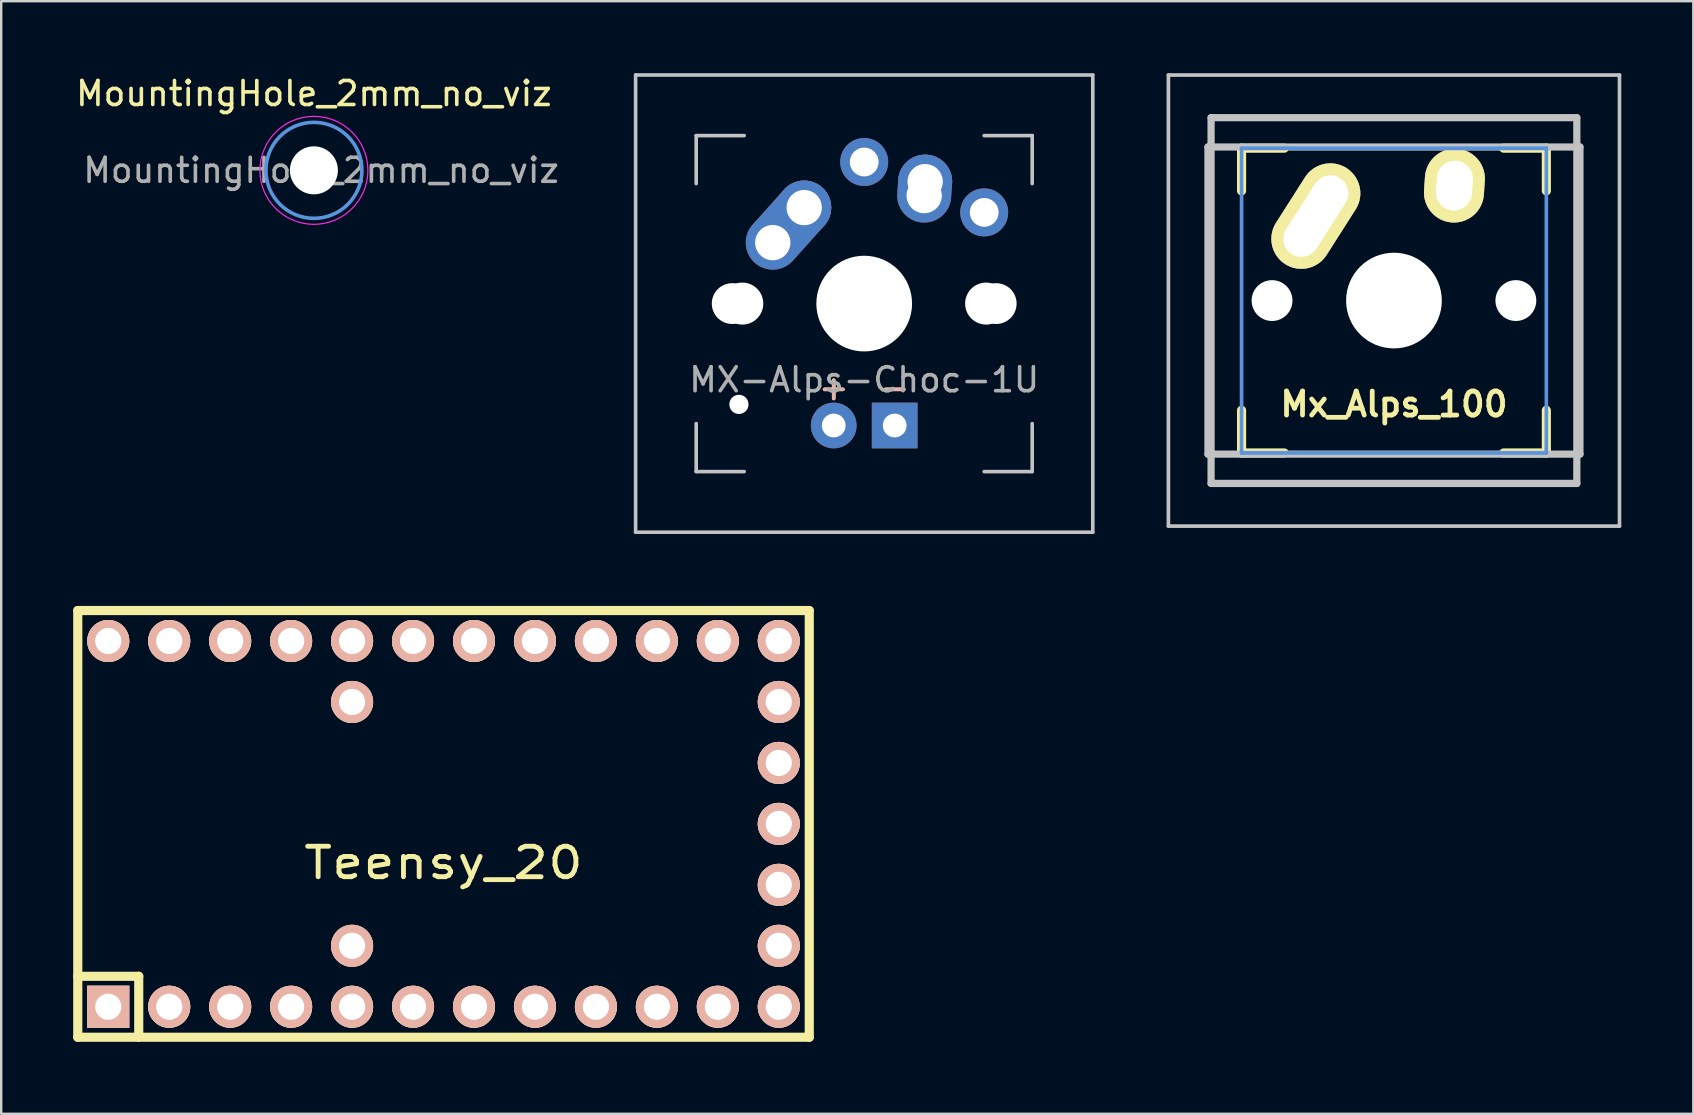
<source format=kicad_pcb>
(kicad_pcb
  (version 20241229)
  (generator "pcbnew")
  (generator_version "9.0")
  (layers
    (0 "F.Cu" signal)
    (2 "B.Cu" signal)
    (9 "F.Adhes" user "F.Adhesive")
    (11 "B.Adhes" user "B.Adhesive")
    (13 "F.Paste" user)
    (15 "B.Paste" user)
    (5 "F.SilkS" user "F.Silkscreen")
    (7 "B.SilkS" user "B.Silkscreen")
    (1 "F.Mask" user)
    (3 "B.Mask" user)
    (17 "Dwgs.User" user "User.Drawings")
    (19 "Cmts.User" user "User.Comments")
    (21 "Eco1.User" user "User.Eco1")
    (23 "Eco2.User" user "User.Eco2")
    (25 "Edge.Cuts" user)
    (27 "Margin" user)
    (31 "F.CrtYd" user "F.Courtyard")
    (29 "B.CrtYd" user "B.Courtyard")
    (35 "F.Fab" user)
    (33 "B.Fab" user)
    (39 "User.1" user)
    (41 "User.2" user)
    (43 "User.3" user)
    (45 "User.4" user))
  (footprint "MountingHole_2mm_no_viz"
    (layer "F.Cu")
    (at 10.03 4.048)
    (property "Reference" "MountingHole_2mm_no_viz" (at 0 -3.2 0) (layer "F.SilkS") (effects (font (size 1 1) (thickness 0.15))))
    (attr exclude_from_pos_files exclude_from_bom)
    (fp_circle (center 0 0) (end 2 0) (stroke (width 0.15) (type solid)) (fill no) (layer "Cmts.User"))
    (fp_circle (center 0 0) (end 2.25 0) (stroke (width 0.05) (type solid)) (fill no) (layer "F.CrtYd"))
    (fp_text user "${REFERENCE}" (at 0.3 0 0) (layer "F.Fab") (effects (font (size 1 1) (thickness 0.15))))
    (pad "" np_thru_hole circle (at 0 0) (size 2 2) (drill 2) (layers "*.Cu" "*.Mask")))
  (footprint "MX-Alps-Choc-1U"
    (layer "F.Cu")
    (at 32.96 9.6)
    (property "Reference" "MX-Alps-Choc-1U" (at 0 3.175 0) (layer "F.Fab") (effects (font (size 1 1) (thickness 0.15))))
    (attr through_hole)
    (fp_line (start -9.525 -9.525) (end 9.525 -9.525) (stroke (width 0.15) (type solid)) (layer "Dwgs.User"))
    (fp_line (start -9.525 9.525) (end -9.525 -9.525) (stroke (width 0.15) (type solid)) (layer "Dwgs.User"))
    (fp_line (start -7 -7) (end -7 -5) (stroke (width 0.15) (type solid)) (layer "Dwgs.User"))
    (fp_line (start -7 5) (end -7 7) (stroke (width 0.15) (type solid)) (layer "Dwgs.User"))
    (fp_line (start -7 7) (end -5 7) (stroke (width 0.15) (type solid)) (layer "Dwgs.User"))
    (fp_line (start -5 -7) (end -7 -7) (stroke (width 0.15) (type solid)) (layer "Dwgs.User"))
    (fp_line (start 5 -7) (end 7 -7) (stroke (width 0.15) (type solid)) (layer "Dwgs.User"))
    (fp_line (start 5 7) (end 7 7) (stroke (width 0.15) (type solid)) (layer "Dwgs.User"))
    (fp_line (start 7 -7) (end 7 -5) (stroke (width 0.15) (type solid)) (layer "Dwgs.User"))
    (fp_line (start 7 7) (end 7 5) (stroke (width 0.15) (type solid)) (layer "Dwgs.User"))
    (fp_line (start 9.525 -9.525) (end 9.525 9.525) (stroke (width 0.15) (type solid)) (layer "Dwgs.User"))
    (fp_line (start 9.525 9.525) (end -9.525 9.525) (stroke (width 0.15) (type solid)) (layer "Dwgs.User"))
    (fp_text user "+" (at -1.27 3.5 0) (layer "F.SilkS") (effects (font (size 1 1) (thickness 0.15))))
    (fp_text user "-" (at 1.27 3.5 0) (layer "F.SilkS") (effects (font (size 1 1) (thickness 0.15))))
    (fp_text user "-" (at 1.27 3.5 0) (layer "B.SilkS") (effects (font (size 1 1) (thickness 0.15))))
    (fp_text user "+" (at -1.27 3.5 0) (layer "B.SilkS") (effects (font (size 1 1) (thickness 0.15))))
    (pad "" np_thru_hole circle (at -5.5 0 48.1) (size 1.7 1.7) (drill 1.7) (layers "*.Cu" "*.Mask"))
    (pad "" np_thru_hole circle (at -5.22 4.2 48.1) (size 0.8 0.8) (drill 0.8) (layers "*.Cu" "*.Mask"))
    (pad "" np_thru_hole circle (at -5.08 0 48.1) (size 1.75 1.75) (drill 1.75) (layers "*.Cu" "*.Mask"))
    (pad "" np_thru_hole circle (at 0 0) (size 3.988 3.988) (drill 3.988) (layers "*.Cu" "*.Mask"))
    (pad "" np_thru_hole circle (at 5.08 0 48.1) (size 1.75 1.75) (drill 1.75) (layers "*.Cu" "*.Mask"))
    (pad "" np_thru_hole circle (at 5.5 0 48.1) (size 1.7 1.7) (drill 1.7) (layers "*.Cu" "*.Mask"))
    (pad "1" thru_hole oval (at -3.81 -2.54 48.1) (size 4.212 2.25) (drill 1.47 (offset 0.981 0)) (layers "*.Cu" "*.Mask"))
    (pad "1" thru_hole circle (at -2.5 -4) (size 2.25 2.25) (drill 1.47) (layers "*.Cu" "*.Mask"))
    (pad "1" thru_hole circle (at 0 -5.9) (size 2 2) (drill 1.2) (layers "*.Cu" "*.Mask"))
    (pad "2" thru_hole oval (at 2.5 -4.5 86.1) (size 2.831 2.25) (drill 1.47 (offset 0.291 0)) (layers "*.Cu" "*.Mask"))
    (pad "2" thru_hole circle (at 2.54 -5.08) (size 2.25 2.25) (drill 1.47) (layers "*.Cu" "*.Mask"))
    (pad "2" thru_hole circle (at 5 -3.8) (size 2 2) (drill 1.2) (layers "*.Cu" "*.Mask"))
    (pad "3" thru_hole circle (at -1.27 5.08) (size 1.905 1.905) (drill 0.991) (layers "*.Cu" "*.Mask"))
    (pad "4" thru_hole rect (at 1.27 5.08) (size 1.905 1.905) (drill 0.991) (layers "*.Cu" "*.Mask")))
  (footprint "Teensy_20"
    (layer "F.Cu")
    (at 15.431 31.28)
    (property "Reference" "Teensy_20" (at 0 1.625 0) (layer "F.SilkS") (effects (font (size 1.27 1.524) (thickness 0.203))))
    (attr through_hole)
    (fp_line (start -15.24 -8.89) (end -15.24 8.89) (stroke (width 0.381) (type solid)) (layer "F.SilkS"))
    (fp_line (start -15.24 6.35) (end -12.7 6.35) (stroke (width 0.381) (type solid)) (layer "F.SilkS"))
    (fp_line (start -15.24 8.89) (end 15.24 8.89) (stroke (width 0.381) (type solid)) (layer "F.SilkS"))
    (fp_line (start -12.7 6.35) (end -12.7 8.89) (stroke (width 0.381) (type solid)) (layer "F.SilkS"))
    (fp_line (start 15.24 -8.89) (end -15.24 -8.89) (stroke (width 0.381) (type solid)) (layer "F.SilkS"))
    (fp_line (start 15.24 8.89) (end 15.24 -8.89) (stroke (width 0.381) (type solid)) (layer "F.SilkS"))
    (pad "1" thru_hole rect (at -13.97 7.62) (size 1.753 1.753) (drill 1.092) (layers "*.Cu" "*.SilkS" "*.Mask"))
    (pad "2" thru_hole circle (at -11.43 7.62) (size 1.753 1.753) (drill 1.092) (layers "*.Cu" "*.SilkS" "*.Mask"))
    (pad "3" thru_hole circle (at -8.89 7.62) (size 1.753 1.753) (drill 1.092) (layers "*.Cu" "*.SilkS" "*.Mask"))
    (pad "4" thru_hole circle (at -6.35 7.62) (size 1.753 1.753) (drill 1.092) (layers "*.Cu" "*.SilkS" "*.Mask"))
    (pad "5" thru_hole circle (at -3.81 7.62) (size 1.753 1.753) (drill 1.092) (layers "*.Cu" "*.SilkS" "*.Mask"))
    (pad "6" thru_hole circle (at -1.27 7.62) (size 1.753 1.753) (drill 1.092) (layers "*.Cu" "*.SilkS" "*.Mask"))
    (pad "7" thru_hole circle (at 1.27 7.62) (size 1.753 1.753) (drill 1.092) (layers "*.Cu" "*.SilkS" "*.Mask"))
    (pad "8" thru_hole circle (at 3.81 7.62) (size 1.753 1.753) (drill 1.092) (layers "*.Cu" "*.SilkS" "*.Mask"))
    (pad "9" thru_hole circle (at 6.35 7.62) (size 1.753 1.753) (drill 1.092) (layers "*.Cu" "*.SilkS" "*.Mask"))
    (pad "10" thru_hole circle (at 8.89 7.62) (size 1.753 1.753) (drill 1.092) (layers "*.Cu" "*.SilkS" "*.Mask"))
    (pad "11" thru_hole circle (at 11.43 7.62) (size 1.753 1.753) (drill 1.092) (layers "*.Cu" "*.SilkS" "*.Mask"))
    (pad "12" thru_hole circle (at 13.97 7.62) (size 1.753 1.753) (drill 1.092) (layers "*.Cu" "*.SilkS" "*.Mask"))
    (pad "13" thru_hole circle (at 13.97 5.08 270) (size 1.753 1.753) (drill 1.092) (layers "*.Cu" "*.SilkS" "*.Mask"))
    (pad "14" thru_hole circle (at 13.97 2.54 270) (size 1.753 1.753) (drill 1.092) (layers "*.Cu" "*.SilkS" "*.Mask"))
    (pad "15" thru_hole circle (at 13.97 0 270) (size 1.753 1.753) (drill 1.092) (layers "*.Cu" "*.SilkS" "*.Mask"))
    (pad "16" thru_hole circle (at 13.97 -2.54 270) (size 1.753 1.753) (drill 1.092) (layers "*.Cu" "*.SilkS" "*.Mask"))
    (pad "17" thru_hole circle (at 13.97 -5.08 270) (size 1.753 1.753) (drill 1.092) (layers "*.Cu" "*.SilkS" "*.Mask"))
    (pad "18" thru_hole circle (at 13.97 -7.62) (size 1.753 1.753) (drill 1.092) (layers "*.Cu" "*.SilkS" "*.Mask"))
    (pad "19" thru_hole circle (at 11.43 -7.62) (size 1.753 1.753) (drill 1.092) (layers "*.Cu" "*.SilkS" "*.Mask"))
    (pad "20" thru_hole circle (at 8.89 -7.62) (size 1.753 1.753) (drill 1.092) (layers "*.Cu" "*.SilkS" "*.Mask"))
    (pad "21" thru_hole circle (at 6.35 -7.62) (size 1.753 1.753) (drill 1.092) (layers "*.Cu" "*.SilkS" "*.Mask"))
    (pad "22" thru_hole circle (at 3.81 -7.62) (size 1.753 1.753) (drill 1.092) (layers "*.Cu" "*.SilkS" "*.Mask"))
    (pad "23" thru_hole circle (at 1.27 -7.62) (size 1.753 1.753) (drill 1.092) (layers "*.Cu" "*.SilkS" "*.Mask"))
    (pad "24" thru_hole circle (at -1.27 -7.62) (size 1.753 1.753) (drill 1.092) (layers "*.Cu" "*.SilkS" "*.Mask"))
    (pad "25" thru_hole circle (at -3.81 -7.62) (size 1.753 1.753) (drill 1.092) (layers "*.Cu" "*.SilkS" "*.Mask"))
    (pad "26" thru_hole circle (at -6.35 -7.62) (size 1.753 1.753) (drill 1.092) (layers "*.Cu" "*.SilkS" "*.Mask"))
    (pad "27" thru_hole circle (at -8.89 -7.62) (size 1.753 1.753) (drill 1.092) (layers "*.Cu" "*.SilkS" "*.Mask"))
    (pad "28" thru_hole circle (at -11.43 -7.62) (size 1.753 1.753) (drill 1.092) (layers "*.Cu" "*.SilkS" "*.Mask"))
    (pad "29" thru_hole circle (at -13.97 -7.62) (size 1.753 1.753) (drill 1.092) (layers "*.Cu" "*.SilkS" "*.Mask"))
    (pad "30" thru_hole circle (at -3.81 -5.08 270) (size 1.753 1.753) (drill 1.092) (layers "*.Cu" "*.SilkS" "*.Mask"))
    (pad "31" thru_hole circle (at -3.81 5.08 270) (size 1.753 1.753) (drill 1.092) (layers "*.Cu" "*.SilkS" "*.Mask")))
  (footprint "Mx_Alps_100"
    (layer "F.Cu")
    (at 55.034 9.474)
    (property "Reference" "Mx_Alps_100" (at 0 4.318 0) (layer "F.SilkS") (effects (font (size 1 1) (thickness 0.2))))
    (attr through_hole)
    (fp_line (start -6.35 -6.35) (end -4.572 -6.35) (stroke (width 0.381) (type solid)) (layer "F.SilkS"))
    (fp_line (start -6.35 -4.572) (end -6.35 -6.35) (stroke (width 0.381) (type solid)) (layer "F.SilkS"))
    (fp_line (start -6.35 6.35) (end -6.35 4.572) (stroke (width 0.381) (type solid)) (layer "F.SilkS"))
    (fp_line (start -4.572 6.35) (end -6.35 6.35) (stroke (width 0.381) (type solid)) (layer "F.SilkS"))
    (fp_line (start 4.572 -6.35) (end 6.35 -6.35) (stroke (width 0.381) (type solid)) (layer "F.SilkS"))
    (fp_line (start 6.35 -6.35) (end 6.35 -4.572) (stroke (width 0.381) (type solid)) (layer "F.SilkS"))
    (fp_line (start 6.35 4.572) (end 6.35 6.35) (stroke (width 0.381) (type solid)) (layer "F.SilkS"))
    (fp_line (start 6.35 6.35) (end 4.572 6.35) (stroke (width 0.381) (type solid)) (layer "F.SilkS"))
    (fp_line (start -9.398 -9.398) (end 9.398 -9.398) (stroke (width 0.152) (type solid)) (layer "Dwgs.User"))
    (fp_line (start -9.398 9.398) (end -9.398 -9.398) (stroke (width 0.152) (type solid)) (layer "Dwgs.User"))
    (fp_line (start -7.75 6.4) (end -7.75 -6.4) (stroke (width 0.3) (type solid)) (layer "Dwgs.User"))
    (fp_line (start -7.75 6.4) (end 7.75 6.4) (stroke (width 0.3) (type solid)) (layer "Dwgs.User"))
    (fp_line (start -7.62 -7.62) (end 7.62 -7.62) (stroke (width 0.3) (type solid)) (layer "Dwgs.User"))
    (fp_line (start -7.62 7.62) (end -7.62 -7.62) (stroke (width 0.3) (type solid)) (layer "Dwgs.User"))
    (fp_line (start 7.62 -7.62) (end 7.62 7.62) (stroke (width 0.3) (type solid)) (layer "Dwgs.User"))
    (fp_line (start 7.62 7.62) (end -7.62 7.62) (stroke (width 0.3) (type solid)) (layer "Dwgs.User"))
    (fp_line (start 7.75 -6.4) (end -7.75 -6.4) (stroke (width 0.3) (type solid)) (layer "Dwgs.User"))
    (fp_line (start 7.75 6.4) (end 7.75 -6.4) (stroke (width 0.3) (type solid)) (layer "Dwgs.User"))
    (fp_line (start 9.398 -9.398) (end 9.398 9.398) (stroke (width 0.152) (type solid)) (layer "Dwgs.User"))
    (fp_line (start 9.398 9.398) (end -9.398 9.398) (stroke (width 0.152) (type solid)) (layer "Dwgs.User"))
    (fp_line (start -6.35 -6.35) (end 6.35 -6.35) (stroke (width 0.152) (type solid)) (layer "Cmts.User"))
    (fp_line (start -6.35 6.35) (end -6.35 -6.35) (stroke (width 0.152) (type solid)) (layer "Cmts.User"))
    (fp_line (start 6.35 -6.35) (end 6.35 6.35) (stroke (width 0.152) (type solid)) (layer "Cmts.User"))
    (fp_line (start 6.35 6.35) (end -6.35 6.35) (stroke (width 0.152) (type solid)) (layer "Cmts.User"))
    (fp_line (start -6.985 -6.985) (end 6.985 -6.985) (stroke (width 0.152) (type solid)) (layer "Eco2.User"))
    (fp_line (start -6.985 6.985) (end -6.985 -6.985) (stroke (width 0.152) (type solid)) (layer "Eco2.User"))
    (fp_line (start 6.985 -6.985) (end 6.985 6.985) (stroke (width 0.152) (type solid)) (layer "Eco2.User"))
    (fp_line (start 6.985 6.985) (end -6.985 6.985) (stroke (width 0.152) (type solid)) (layer "Eco2.User"))
    (pad "" np_thru_hole circle (at -5.08 0) (size 1.702 1.702) (drill 1.702) (layers "*.Cu" "*.Mask"))
    (pad "" np_thru_hole circle (at 0 0) (size 3.988 3.988) (drill 3.988) (layers "*.Cu" "*.Mask"))
    (pad "" np_thru_hole circle (at 5.08 0) (size 1.702 1.702) (drill 1.702) (layers "*.Cu" "*.Mask"))
    (pad "1" thru_hole oval (at -3.255 -3.52 327.5) (size 2.5 4.75) (drill oval 1.5 3.75) (layers "*.Cu" "*.Mask" "F.SilkS"))
    (pad "2" thru_hole oval (at 2.52 -4.79 356.1) (size 2.5 3.08) (drill oval 1.5 2.08) (layers "*.Cu" "*.Mask" "F.SilkS")))
  (gr_rect
    (start -3 -3)
    (end 67.508 43.361)
    (stroke (width 0.1) (type default))
    (fill no)
    (layer "Edge.Cuts")))
</source>
